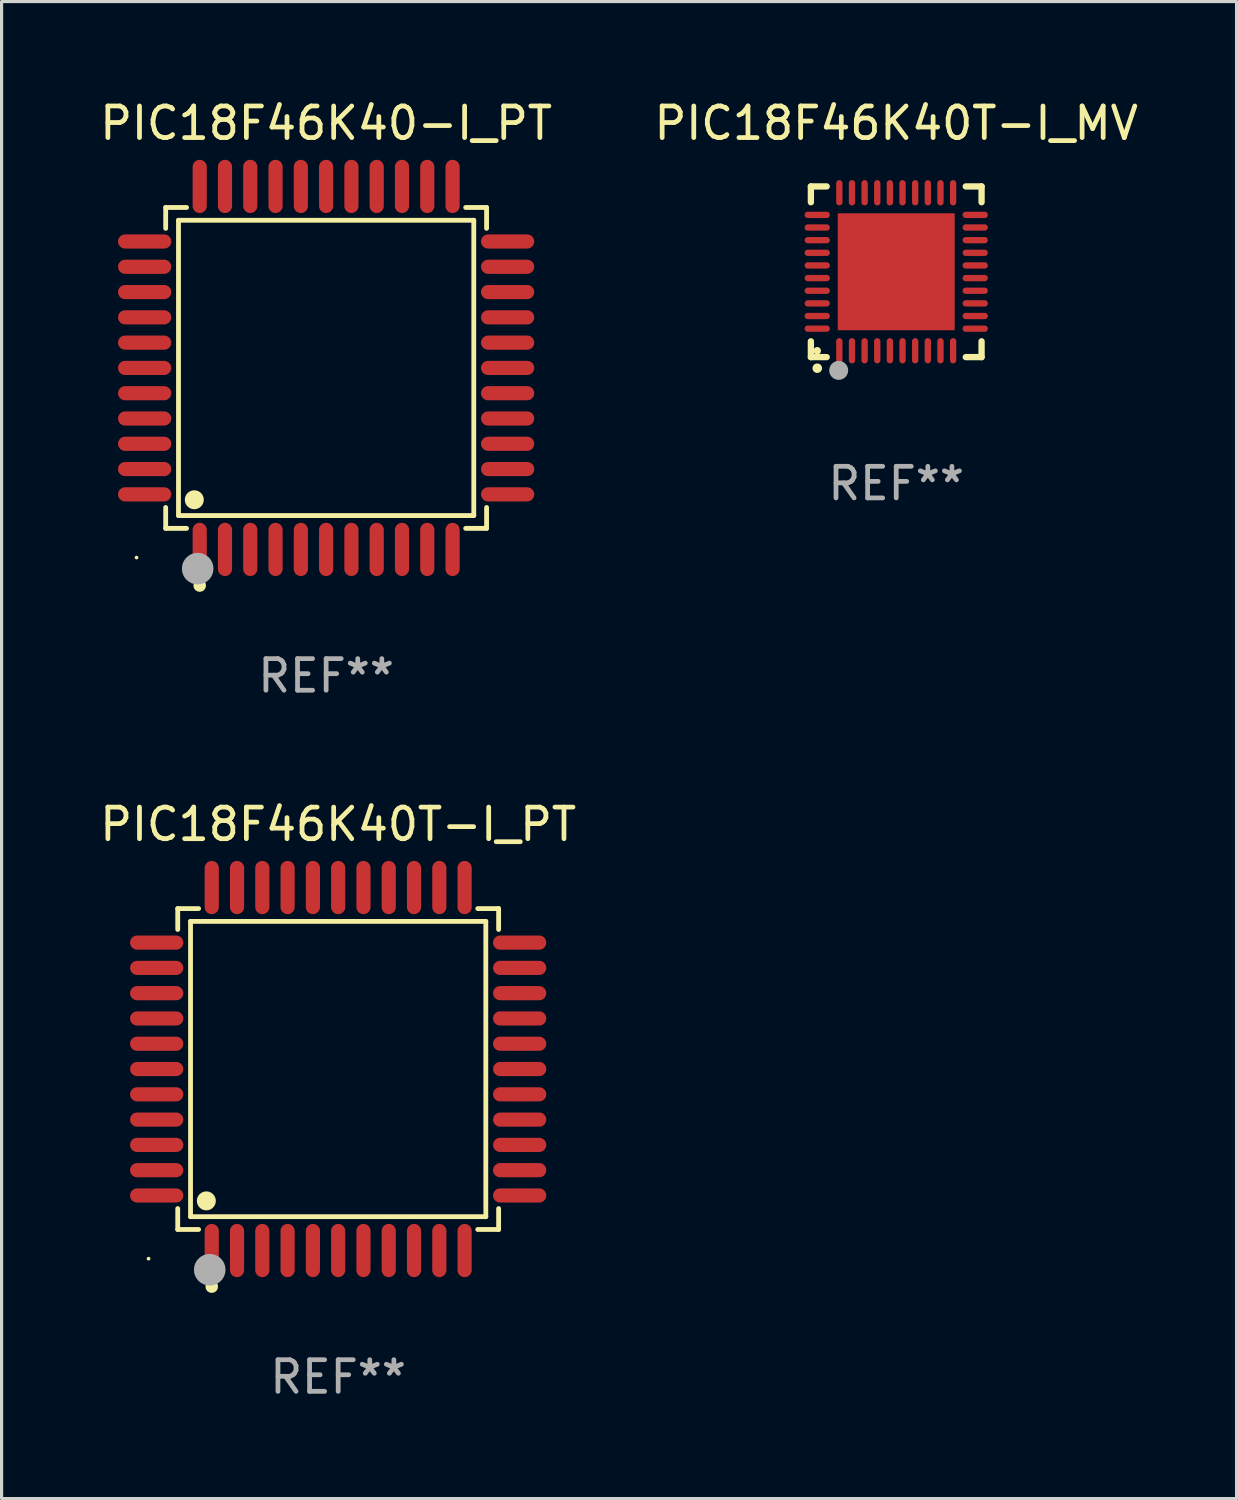
<source format=kicad_pcb>
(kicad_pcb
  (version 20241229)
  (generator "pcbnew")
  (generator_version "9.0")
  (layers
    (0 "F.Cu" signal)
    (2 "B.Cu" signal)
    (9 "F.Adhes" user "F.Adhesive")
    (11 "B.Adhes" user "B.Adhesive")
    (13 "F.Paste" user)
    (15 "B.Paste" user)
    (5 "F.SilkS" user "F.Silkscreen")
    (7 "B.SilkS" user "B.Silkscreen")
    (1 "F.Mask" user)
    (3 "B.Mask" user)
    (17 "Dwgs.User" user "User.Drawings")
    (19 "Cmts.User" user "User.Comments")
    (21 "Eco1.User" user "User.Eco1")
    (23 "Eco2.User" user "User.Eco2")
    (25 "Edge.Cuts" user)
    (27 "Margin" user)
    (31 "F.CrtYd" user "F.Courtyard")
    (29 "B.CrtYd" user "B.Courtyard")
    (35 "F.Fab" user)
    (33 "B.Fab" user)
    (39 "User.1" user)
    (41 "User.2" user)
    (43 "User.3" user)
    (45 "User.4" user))
  (footprint "PIC18F46K40T-I_MV"
    (layer "F.Cu")
    (at 25.304 5.548)
    (property "Reference" "PIC18F46K40T-I_MV" (at 0 -4.7 0) (layer "F.SilkS") (effects (font (size 1 1) (thickness 0.15))))
    (attr through_hole)
    (fp_line (start -2.7 -2.7) (end -2.7 -2.2) (stroke (width 0.2) (type solid)) (layer "F.SilkS"))
    (fp_line (start -2.7 2.7) (end -2.7 2.2) (stroke (width 0.2) (type solid)) (layer "F.SilkS"))
    (fp_line (start -2.2 -2.7) (end -2.7 -2.7) (stroke (width 0.2) (type solid)) (layer "F.SilkS"))
    (fp_line (start -2.2 2.7) (end -2.7 2.7) (stroke (width 0.2) (type solid)) (layer "F.SilkS"))
    (fp_line (start 2.7 -2.7) (end 2.2 -2.7) (stroke (width 0.2) (type solid)) (layer "F.SilkS"))
    (fp_line (start 2.7 -2.2) (end 2.7 -2.7) (stroke (width 0.2) (type solid)) (layer "F.SilkS"))
    (fp_line (start 2.7 2.2) (end 2.7 2.7) (stroke (width 0.2) (type solid)) (layer "F.SilkS"))
    (fp_line (start 2.7 2.7) (end 2.2 2.7) (stroke (width 0.2) (type solid)) (layer "F.SilkS"))
    (fp_arc (start -2.499365 3.050546) (mid -2.498095 3.050541) (end -2.496825 3.050546) (stroke (width 0.3) (type solid)) (layer "F.SilkS"))
    (fp_circle (center -2.5 2.5) (end -2.44 2.5) (stroke (width 0.12) (type solid)) (fill no) (layer "F.SilkS"))
    (fp_circle (center -1.82 3.12) (end -1.67 3.12) (stroke (width 0.3) (type solid)) (fill no) (layer "F.Fab"))
    (fp_text user "REF**" (at 0 6.7 0) (layer "F.Fab") (effects (font (size 1 1) (thickness 0.15))))
    (pad "1" smd oval (at -1.8 2.499) (size 0.2 0.8) (layers "F.Cu" "F.Mask" "F.Paste"))
    (pad "2" smd oval (at -1.4 2.499) (size 0.2 0.8) (layers "F.Cu" "F.Mask" "F.Paste"))
    (pad "3" smd oval (at -1 2.499) (size 0.2 0.8) (layers "F.Cu" "F.Mask" "F.Paste"))
    (pad "4" smd oval (at -0.6 2.499) (size 0.2 0.8) (layers "F.Cu" "F.Mask" "F.Paste"))
    (pad "5" smd oval (at -0.2 2.499) (size 0.2 0.8) (layers "F.Cu" "F.Mask" "F.Paste"))
    (pad "6" smd oval (at 0.2 2.499) (size 0.2 0.8) (layers "F.Cu" "F.Mask" "F.Paste"))
    (pad "7" smd oval (at 0.6 2.499) (size 0.2 0.8) (layers "F.Cu" "F.Mask" "F.Paste"))
    (pad "8" smd oval (at 1 2.499) (size 0.2 0.8) (layers "F.Cu" "F.Mask" "F.Paste"))
    (pad "9" smd oval (at 1.4 2.499) (size 0.2 0.8) (layers "F.Cu" "F.Mask" "F.Paste"))
    (pad "10" smd oval (at 1.8 2.499) (size 0.2 0.8) (layers "F.Cu" "F.Mask" "F.Paste"))
    (pad "11" smd oval (at 2.499 1.8) (size 0.8 0.2) (layers "F.Cu" "F.Mask" "F.Paste"))
    (pad "12" smd oval (at 2.499 1.4) (size 0.8 0.2) (layers "F.Cu" "F.Mask" "F.Paste"))
    (pad "13" smd oval (at 2.499 1) (size 0.8 0.2) (layers "F.Cu" "F.Mask" "F.Paste"))
    (pad "14" smd oval (at 2.499 0.6) (size 0.8 0.2) (layers "F.Cu" "F.Mask" "F.Paste"))
    (pad "15" smd oval (at 2.499 0.2) (size 0.8 0.2) (layers "F.Cu" "F.Mask" "F.Paste"))
    (pad "16" smd oval (at 2.499 -0.2) (size 0.8 0.2) (layers "F.Cu" "F.Mask" "F.Paste"))
    (pad "17" smd oval (at 2.499 -0.6) (size 0.8 0.2) (layers "F.Cu" "F.Mask" "F.Paste"))
    (pad "18" smd oval (at 2.499 -1) (size 0.8 0.2) (layers "F.Cu" "F.Mask" "F.Paste"))
    (pad "19" smd oval (at 2.499 -1.4) (size 0.8 0.2) (layers "F.Cu" "F.Mask" "F.Paste"))
    (pad "20" smd oval (at 2.499 -1.8) (size 0.8 0.2) (layers "F.Cu" "F.Mask" "F.Paste"))
    (pad "21" smd oval (at 1.8 -2.499) (size 0.2 0.8) (layers "F.Cu" "F.Mask" "F.Paste"))
    (pad "22" smd oval (at 1.4 -2.499) (size 0.2 0.8) (layers "F.Cu" "F.Mask" "F.Paste"))
    (pad "23" smd oval (at 1 -2.499) (size 0.2 0.8) (layers "F.Cu" "F.Mask" "F.Paste"))
    (pad "24" smd oval (at 0.6 -2.499) (size 0.2 0.8) (layers "F.Cu" "F.Mask" "F.Paste"))
    (pad "25" smd oval (at 0.2 -2.499) (size 0.2 0.8) (layers "F.Cu" "F.Mask" "F.Paste"))
    (pad "26" smd oval (at -0.2 -2.499) (size 0.2 0.8) (layers "F.Cu" "F.Mask" "F.Paste"))
    (pad "27" smd oval (at -0.6 -2.499) (size 0.2 0.8) (layers "F.Cu" "F.Mask" "F.Paste"))
    (pad "28" smd oval (at -1 -2.499) (size 0.2 0.8) (layers "F.Cu" "F.Mask" "F.Paste"))
    (pad "29" smd oval (at -1.4 -2.499) (size 0.2 0.8) (layers "F.Cu" "F.Mask" "F.Paste"))
    (pad "30" smd oval (at -1.8 -2.499) (size 0.2 0.8) (layers "F.Cu" "F.Mask" "F.Paste"))
    (pad "31" smd oval (at -2.499 -1.8) (size 0.8 0.2) (layers "F.Cu" "F.Mask" "F.Paste"))
    (pad "32" smd oval (at -2.499 -1.4) (size 0.8 0.2) (layers "F.Cu" "F.Mask" "F.Paste"))
    (pad "33" smd oval (at -2.499 -1) (size 0.8 0.2) (layers "F.Cu" "F.Mask" "F.Paste"))
    (pad "34" smd oval (at -2.499 -0.6) (size 0.8 0.2) (layers "F.Cu" "F.Mask" "F.Paste"))
    (pad "35" smd oval (at -2.499 -0.2) (size 0.8 0.2) (layers "F.Cu" "F.Mask" "F.Paste"))
    (pad "36" smd oval (at -2.499 0.2) (size 0.8 0.2) (layers "F.Cu" "F.Mask" "F.Paste"))
    (pad "37" smd oval (at -2.499 0.6) (size 0.8 0.2) (layers "F.Cu" "F.Mask" "F.Paste"))
    (pad "38" smd oval (at -2.499 1) (size 0.8 0.2) (layers "F.Cu" "F.Mask" "F.Paste"))
    (pad "39" smd oval (at -2.499 1.4) (size 0.8 0.2) (layers "F.Cu" "F.Mask" "F.Paste"))
    (pad "40" smd oval (at -2.499 1.8) (size 0.8 0.2) (layers "F.Cu" "F.Mask" "F.Paste"))
    (pad "41" smd rect (at 0 0) (size 3.7 3.7) (layers "F.Cu" "F.Mask" "F.Paste")))
  (footprint "PIC18F46K40-I_PT"
    (layer "F.Cu")
    (at 7.268 8.59)
    (property "Reference" "PIC18F46K40-I_PT" (at 0 -7.742 0) (layer "F.SilkS") (effects (font (size 1 1) (thickness 0.15))))
    (attr through_hole)
    (fp_line (start -5.076 -5.076) (end -4.415 -5.076) (stroke (width 0.152) (type solid)) (layer "F.SilkS"))
    (fp_line (start -5.076 -4.415) (end -5.076 -5.076) (stroke (width 0.152) (type solid)) (layer "F.SilkS"))
    (fp_line (start -5.076 4.415) (end -5.076 5.076) (stroke (width 0.152) (type solid)) (layer "F.SilkS"))
    (fp_line (start -5.076 5.076) (end -4.415 5.076) (stroke (width 0.152) (type solid)) (layer "F.SilkS"))
    (fp_line (start -4.671 -4.671) (end 4.671 -4.671) (stroke (width 0.152) (type solid)) (layer "F.SilkS"))
    (fp_line (start -4.671 4.671) (end -4.671 -4.671) (stroke (width 0.152) (type solid)) (layer "F.SilkS"))
    (fp_line (start 4.671 -4.671) (end 4.671 4.671) (stroke (width 0.152) (type solid)) (layer "F.SilkS"))
    (fp_line (start 4.671 4.671) (end -4.671 4.671) (stroke (width 0.152) (type solid)) (layer "F.SilkS"))
    (fp_line (start 5.076 -5.076) (end 4.415 -5.076) (stroke (width 0.152) (type solid)) (layer "F.SilkS"))
    (fp_line (start 5.076 -4.415) (end 5.076 -5.076) (stroke (width 0.152) (type solid)) (layer "F.SilkS"))
    (fp_line (start 5.076 4.415) (end 5.076 5.076) (stroke (width 0.152) (type solid)) (layer "F.SilkS"))
    (fp_line (start 5.076 5.076) (end 4.415 5.076) (stroke (width 0.152) (type solid)) (layer "F.SilkS"))
    (fp_circle (center -6 6) (end -5.97 6) (stroke (width 0.06) (type solid)) (fill no) (layer "F.SilkS"))
    (fp_circle (center -4.171 4.171) (end -4.021 4.171) (stroke (width 0.3) (type solid)) (fill no) (layer "F.SilkS"))
    (fp_circle (center -4 6.884) (end -3.9 6.884) (stroke (width 0.2) (type solid)) (fill no) (layer "F.SilkS"))
    (fp_circle (center -4.064 6.35) (end -3.814 6.35) (stroke (width 0.5) (type solid)) (fill no) (layer "F.Fab"))
    (fp_text user "REF**" (at 0 9.742 0) (layer "F.Fab") (effects (font (size 1 1) (thickness 0.15))))
    (pad "1" smd oval (at -4 5.742) (size 0.448 1.684) (layers "F.Cu" "F.Mask" "F.Paste"))
    (pad "2" smd oval (at -3.2 5.742) (size 0.448 1.684) (layers "F.Cu" "F.Mask" "F.Paste"))
    (pad "3" smd oval (at -2.4 5.742) (size 0.448 1.684) (layers "F.Cu" "F.Mask" "F.Paste"))
    (pad "4" smd oval (at -1.6 5.742) (size 0.448 1.684) (layers "F.Cu" "F.Mask" "F.Paste"))
    (pad "5" smd oval (at -0.8 5.742) (size 0.448 1.684) (layers "F.Cu" "F.Mask" "F.Paste"))
    (pad "6" smd oval (at 0 5.742) (size 0.448 1.684) (layers "F.Cu" "F.Mask" "F.Paste"))
    (pad "7" smd oval (at 0.8 5.742) (size 0.448 1.684) (layers "F.Cu" "F.Mask" "F.Paste"))
    (pad "8" smd oval (at 1.6 5.742) (size 0.448 1.684) (layers "F.Cu" "F.Mask" "F.Paste"))
    (pad "9" smd oval (at 2.4 5.742) (size 0.448 1.684) (layers "F.Cu" "F.Mask" "F.Paste"))
    (pad "10" smd oval (at 3.2 5.742) (size 0.448 1.684) (layers "F.Cu" "F.Mask" "F.Paste"))
    (pad "11" smd oval (at 4 5.742) (size 0.448 1.684) (layers "F.Cu" "F.Mask" "F.Paste"))
    (pad "12" smd oval (at 5.742 4) (size 1.684 0.448) (layers "F.Cu" "F.Mask" "F.Paste"))
    (pad "13" smd oval (at 5.742 3.2) (size 1.684 0.448) (layers "F.Cu" "F.Mask" "F.Paste"))
    (pad "14" smd oval (at 5.742 2.4) (size 1.684 0.448) (layers "F.Cu" "F.Mask" "F.Paste"))
    (pad "15" smd oval (at 5.742 1.6) (size 1.684 0.448) (layers "F.Cu" "F.Mask" "F.Paste"))
    (pad "16" smd oval (at 5.742 0.8) (size 1.684 0.448) (layers "F.Cu" "F.Mask" "F.Paste"))
    (pad "17" smd oval (at 5.742 0) (size 1.684 0.448) (layers "F.Cu" "F.Mask" "F.Paste"))
    (pad "18" smd oval (at 5.742 -0.8) (size 1.684 0.448) (layers "F.Cu" "F.Mask" "F.Paste"))
    (pad "19" smd oval (at 5.742 -1.6) (size 1.684 0.448) (layers "F.Cu" "F.Mask" "F.Paste"))
    (pad "20" smd oval (at 5.742 -2.4) (size 1.684 0.448) (layers "F.Cu" "F.Mask" "F.Paste"))
    (pad "21" smd oval (at 5.742 -3.2) (size 1.684 0.448) (layers "F.Cu" "F.Mask" "F.Paste"))
    (pad "22" smd oval (at 5.742 -4) (size 1.684 0.448) (layers "F.Cu" "F.Mask" "F.Paste"))
    (pad "23" smd oval (at 4 -5.742) (size 0.448 1.684) (layers "F.Cu" "F.Mask" "F.Paste"))
    (pad "24" smd oval (at 3.2 -5.742) (size 0.448 1.684) (layers "F.Cu" "F.Mask" "F.Paste"))
    (pad "25" smd oval (at 2.4 -5.742) (size 0.448 1.684) (layers "F.Cu" "F.Mask" "F.Paste"))
    (pad "26" smd oval (at 1.6 -5.742) (size 0.448 1.684) (layers "F.Cu" "F.Mask" "F.Paste"))
    (pad "27" smd oval (at 0.8 -5.742) (size 0.448 1.684) (layers "F.Cu" "F.Mask" "F.Paste"))
    (pad "28" smd oval (at 0 -5.742) (size 0.448 1.684) (layers "F.Cu" "F.Mask" "F.Paste"))
    (pad "29" smd oval (at -0.8 -5.742) (size 0.448 1.684) (layers "F.Cu" "F.Mask" "F.Paste"))
    (pad "30" smd oval (at -1.6 -5.742) (size 0.448 1.684) (layers "F.Cu" "F.Mask" "F.Paste"))
    (pad "31" smd oval (at -2.4 -5.742) (size 0.448 1.684) (layers "F.Cu" "F.Mask" "F.Paste"))
    (pad "32" smd oval (at -3.2 -5.742) (size 0.448 1.684) (layers "F.Cu" "F.Mask" "F.Paste"))
    (pad "33" smd oval (at -4 -5.742) (size 0.448 1.684) (layers "F.Cu" "F.Mask" "F.Paste"))
    (pad "34" smd oval (at -5.742 -4) (size 1.684 0.448) (layers "F.Cu" "F.Mask" "F.Paste"))
    (pad "35" smd oval (at -5.742 -3.2) (size 1.684 0.448) (layers "F.Cu" "F.Mask" "F.Paste"))
    (pad "36" smd oval (at -5.742 -2.4) (size 1.684 0.448) (layers "F.Cu" "F.Mask" "F.Paste"))
    (pad "37" smd oval (at -5.742 -1.6) (size 1.684 0.448) (layers "F.Cu" "F.Mask" "F.Paste"))
    (pad "38" smd oval (at -5.742 -0.8) (size 1.684 0.448) (layers "F.Cu" "F.Mask" "F.Paste"))
    (pad "39" smd oval (at -5.742 0) (size 1.684 0.448) (layers "F.Cu" "F.Mask" "F.Paste"))
    (pad "40" smd oval (at -5.742 0.8) (size 1.684 0.448) (layers "F.Cu" "F.Mask" "F.Paste"))
    (pad "41" smd oval (at -5.742 1.6) (size 1.684 0.448) (layers "F.Cu" "F.Mask" "F.Paste"))
    (pad "42" smd oval (at -5.742 2.4) (size 1.684 0.448) (layers "F.Cu" "F.Mask" "F.Paste"))
    (pad "43" smd oval (at -5.742 3.2) (size 1.684 0.448) (layers "F.Cu" "F.Mask" "F.Paste"))
    (pad "44" smd oval (at -5.742 4) (size 1.684 0.448) (layers "F.Cu" "F.Mask" "F.Paste")))
  (footprint "PIC18F46K40T-I_PT"
    (layer "F.Cu")
    (at 7.649 30.771)
    (property "Reference" "PIC18F46K40T-I_PT" (at 0 -7.742 0) (layer "F.SilkS") (effects (font (size 1 1) (thickness 0.15))))
    (attr through_hole)
    (fp_line (start -5.076 -5.076) (end -4.415 -5.076) (stroke (width 0.152) (type solid)) (layer "F.SilkS"))
    (fp_line (start -5.076 -4.415) (end -5.076 -5.076) (stroke (width 0.152) (type solid)) (layer "F.SilkS"))
    (fp_line (start -5.076 4.415) (end -5.076 5.076) (stroke (width 0.152) (type solid)) (layer "F.SilkS"))
    (fp_line (start -5.076 5.076) (end -4.415 5.076) (stroke (width 0.152) (type solid)) (layer "F.SilkS"))
    (fp_line (start -4.671 -4.671) (end 4.671 -4.671) (stroke (width 0.152) (type solid)) (layer "F.SilkS"))
    (fp_line (start -4.671 4.671) (end -4.671 -4.671) (stroke (width 0.152) (type solid)) (layer "F.SilkS"))
    (fp_line (start 4.671 -4.671) (end 4.671 4.671) (stroke (width 0.152) (type solid)) (layer "F.SilkS"))
    (fp_line (start 4.671 4.671) (end -4.671 4.671) (stroke (width 0.152) (type solid)) (layer "F.SilkS"))
    (fp_line (start 5.076 -5.076) (end 4.415 -5.076) (stroke (width 0.152) (type solid)) (layer "F.SilkS"))
    (fp_line (start 5.076 -4.415) (end 5.076 -5.076) (stroke (width 0.152) (type solid)) (layer "F.SilkS"))
    (fp_line (start 5.076 4.415) (end 5.076 5.076) (stroke (width 0.152) (type solid)) (layer "F.SilkS"))
    (fp_line (start 5.076 5.076) (end 4.415 5.076) (stroke (width 0.152) (type solid)) (layer "F.SilkS"))
    (fp_circle (center -6 6) (end -5.97 6) (stroke (width 0.06) (type solid)) (fill no) (layer "F.SilkS"))
    (fp_circle (center -4.171 4.171) (end -4.021 4.171) (stroke (width 0.3) (type solid)) (fill no) (layer "F.SilkS"))
    (fp_circle (center -4 6.884) (end -3.9 6.884) (stroke (width 0.2) (type solid)) (fill no) (layer "F.SilkS"))
    (fp_circle (center -4.064 6.35) (end -3.814 6.35) (stroke (width 0.5) (type solid)) (fill no) (layer "F.Fab"))
    (fp_text user "REF**" (at 0 9.742 0) (layer "F.Fab") (effects (font (size 1 1) (thickness 0.15))))
    (pad "1" smd oval (at -4 5.742) (size 0.448 1.684) (layers "F.Cu" "F.Mask" "F.Paste"))
    (pad "2" smd oval (at -3.2 5.742) (size 0.448 1.684) (layers "F.Cu" "F.Mask" "F.Paste"))
    (pad "3" smd oval (at -2.4 5.742) (size 0.448 1.684) (layers "F.Cu" "F.Mask" "F.Paste"))
    (pad "4" smd oval (at -1.6 5.742) (size 0.448 1.684) (layers "F.Cu" "F.Mask" "F.Paste"))
    (pad "5" smd oval (at -0.8 5.742) (size 0.448 1.684) (layers "F.Cu" "F.Mask" "F.Paste"))
    (pad "6" smd oval (at 0 5.742) (size 0.448 1.684) (layers "F.Cu" "F.Mask" "F.Paste"))
    (pad "7" smd oval (at 0.8 5.742) (size 0.448 1.684) (layers "F.Cu" "F.Mask" "F.Paste"))
    (pad "8" smd oval (at 1.6 5.742) (size 0.448 1.684) (layers "F.Cu" "F.Mask" "F.Paste"))
    (pad "9" smd oval (at 2.4 5.742) (size 0.448 1.684) (layers "F.Cu" "F.Mask" "F.Paste"))
    (pad "10" smd oval (at 3.2 5.742) (size 0.448 1.684) (layers "F.Cu" "F.Mask" "F.Paste"))
    (pad "11" smd oval (at 4 5.742) (size 0.448 1.684) (layers "F.Cu" "F.Mask" "F.Paste"))
    (pad "12" smd oval (at 5.742 4) (size 1.684 0.448) (layers "F.Cu" "F.Mask" "F.Paste"))
    (pad "13" smd oval (at 5.742 3.2) (size 1.684 0.448) (layers "F.Cu" "F.Mask" "F.Paste"))
    (pad "14" smd oval (at 5.742 2.4) (size 1.684 0.448) (layers "F.Cu" "F.Mask" "F.Paste"))
    (pad "15" smd oval (at 5.742 1.6) (size 1.684 0.448) (layers "F.Cu" "F.Mask" "F.Paste"))
    (pad "16" smd oval (at 5.742 0.8) (size 1.684 0.448) (layers "F.Cu" "F.Mask" "F.Paste"))
    (pad "17" smd oval (at 5.742 0) (size 1.684 0.448) (layers "F.Cu" "F.Mask" "F.Paste"))
    (pad "18" smd oval (at 5.742 -0.8) (size 1.684 0.448) (layers "F.Cu" "F.Mask" "F.Paste"))
    (pad "19" smd oval (at 5.742 -1.6) (size 1.684 0.448) (layers "F.Cu" "F.Mask" "F.Paste"))
    (pad "20" smd oval (at 5.742 -2.4) (size 1.684 0.448) (layers "F.Cu" "F.Mask" "F.Paste"))
    (pad "21" smd oval (at 5.742 -3.2) (size 1.684 0.448) (layers "F.Cu" "F.Mask" "F.Paste"))
    (pad "22" smd oval (at 5.742 -4) (size 1.684 0.448) (layers "F.Cu" "F.Mask" "F.Paste"))
    (pad "23" smd oval (at 4 -5.742) (size 0.448 1.684) (layers "F.Cu" "F.Mask" "F.Paste"))
    (pad "24" smd oval (at 3.2 -5.742) (size 0.448 1.684) (layers "F.Cu" "F.Mask" "F.Paste"))
    (pad "25" smd oval (at 2.4 -5.742) (size 0.448 1.684) (layers "F.Cu" "F.Mask" "F.Paste"))
    (pad "26" smd oval (at 1.6 -5.742) (size 0.448 1.684) (layers "F.Cu" "F.Mask" "F.Paste"))
    (pad "27" smd oval (at 0.8 -5.742) (size 0.448 1.684) (layers "F.Cu" "F.Mask" "F.Paste"))
    (pad "28" smd oval (at 0 -5.742) (size 0.448 1.684) (layers "F.Cu" "F.Mask" "F.Paste"))
    (pad "29" smd oval (at -0.8 -5.742) (size 0.448 1.684) (layers "F.Cu" "F.Mask" "F.Paste"))
    (pad "30" smd oval (at -1.6 -5.742) (size 0.448 1.684) (layers "F.Cu" "F.Mask" "F.Paste"))
    (pad "31" smd oval (at -2.4 -5.742) (size 0.448 1.684) (layers "F.Cu" "F.Mask" "F.Paste"))
    (pad "32" smd oval (at -3.2 -5.742) (size 0.448 1.684) (layers "F.Cu" "F.Mask" "F.Paste"))
    (pad "33" smd oval (at -4 -5.742) (size 0.448 1.684) (layers "F.Cu" "F.Mask" "F.Paste"))
    (pad "34" smd oval (at -5.742 -4) (size 1.684 0.448) (layers "F.Cu" "F.Mask" "F.Paste"))
    (pad "35" smd oval (at -5.742 -3.2) (size 1.684 0.448) (layers "F.Cu" "F.Mask" "F.Paste"))
    (pad "36" smd oval (at -5.742 -2.4) (size 1.684 0.448) (layers "F.Cu" "F.Mask" "F.Paste"))
    (pad "37" smd oval (at -5.742 -1.6) (size 1.684 0.448) (layers "F.Cu" "F.Mask" "F.Paste"))
    (pad "38" smd oval (at -5.742 -0.8) (size 1.684 0.448) (layers "F.Cu" "F.Mask" "F.Paste"))
    (pad "39" smd oval (at -5.742 0) (size 1.684 0.448) (layers "F.Cu" "F.Mask" "F.Paste"))
    (pad "40" smd oval (at -5.742 0.8) (size 1.684 0.448) (layers "F.Cu" "F.Mask" "F.Paste"))
    (pad "41" smd oval (at -5.742 1.6) (size 1.684 0.448) (layers "F.Cu" "F.Mask" "F.Paste"))
    (pad "42" smd oval (at -5.742 2.4) (size 1.684 0.448) (layers "F.Cu" "F.Mask" "F.Paste"))
    (pad "43" smd oval (at -5.742 3.2) (size 1.684 0.448) (layers "F.Cu" "F.Mask" "F.Paste"))
    (pad "44" smd oval (at -5.742 4) (size 1.684 0.448) (layers "F.Cu" "F.Mask" "F.Paste")))
  (gr_rect
    (start -3 -3)
    (end 36.071 44.361)
    (stroke (width 0.1) (type default))
    (fill no)
    (layer "Edge.Cuts")))
</source>
